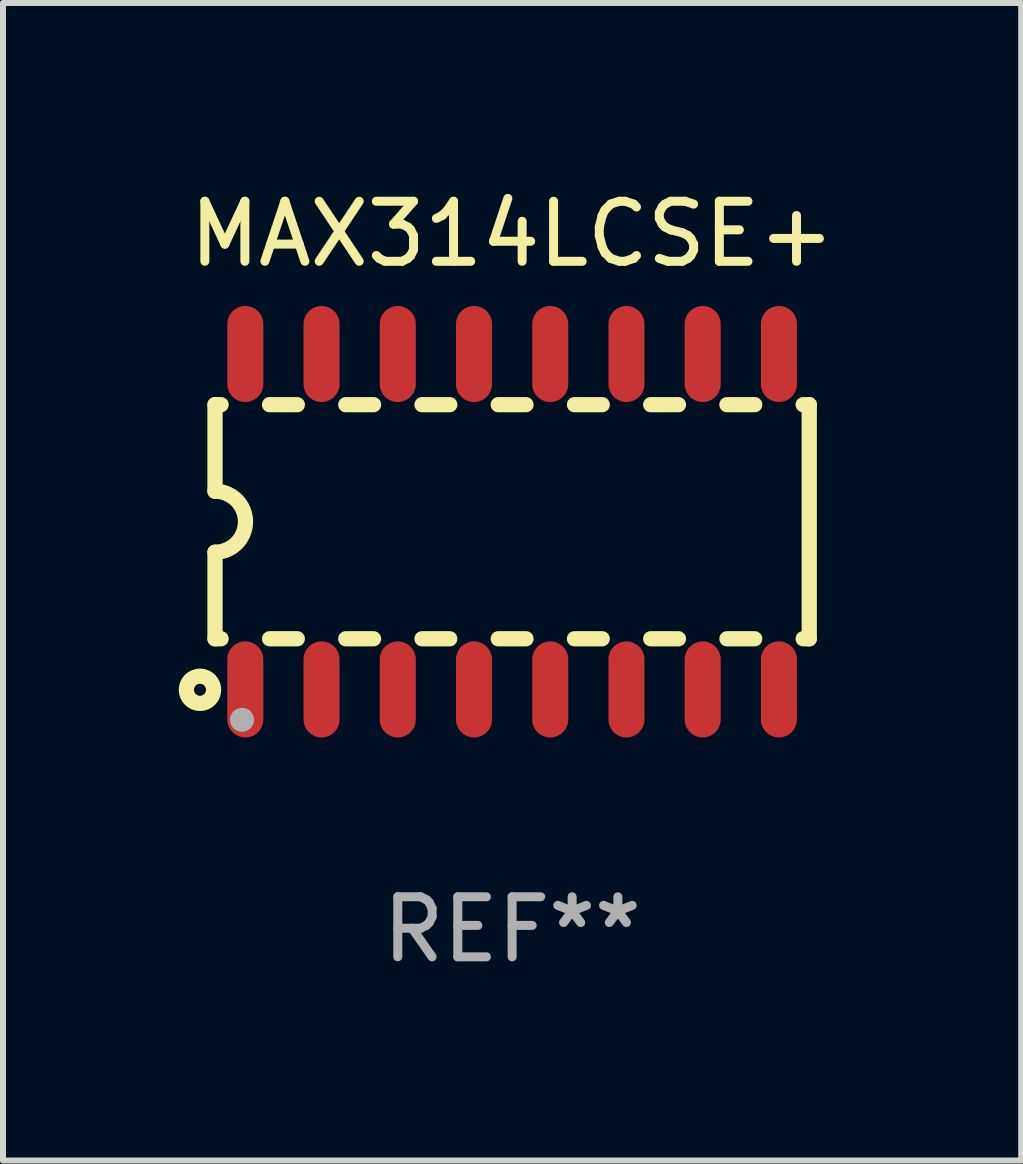
<source format=kicad_pcb>
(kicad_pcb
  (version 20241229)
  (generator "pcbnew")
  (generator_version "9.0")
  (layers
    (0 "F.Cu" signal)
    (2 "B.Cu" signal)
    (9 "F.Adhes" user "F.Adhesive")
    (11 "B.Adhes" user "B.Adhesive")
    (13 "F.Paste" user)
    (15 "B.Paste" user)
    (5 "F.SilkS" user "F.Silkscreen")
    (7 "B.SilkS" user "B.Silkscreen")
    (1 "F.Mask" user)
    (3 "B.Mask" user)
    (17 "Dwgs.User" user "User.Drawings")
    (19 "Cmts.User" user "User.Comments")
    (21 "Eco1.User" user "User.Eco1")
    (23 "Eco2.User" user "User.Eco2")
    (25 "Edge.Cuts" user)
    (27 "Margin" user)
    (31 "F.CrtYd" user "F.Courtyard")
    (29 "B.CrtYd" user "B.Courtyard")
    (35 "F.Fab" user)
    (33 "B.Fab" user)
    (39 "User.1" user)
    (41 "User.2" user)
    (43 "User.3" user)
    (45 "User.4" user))
  (footprint "MAX314LCSE+"
    (layer "F.Cu")
    (at 5.482 5.642)
    (property "Reference" "MAX314LCSE+" (at 0 -4.794 0) (layer "F.SilkS") (effects (font (size 1 1) (thickness 0.15))))
    (attr through_hole)
    (fp_line (start -4.95 -1.95) (end -4.95 -0.508) (stroke (width 0.254) (type solid)) (layer "F.SilkS"))
    (fp_line (start -4.95 -1.95) (end -4.849 -1.95) (stroke (width 0.254) (type solid)) (layer "F.SilkS"))
    (fp_line (start -4.95 1.95) (end -4.95 0.508) (stroke (width 0.254) (type solid)) (layer "F.SilkS"))
    (fp_line (start -4.95 1.95) (end -4.849 1.95) (stroke (width 0.254) (type solid)) (layer "F.SilkS"))
    (fp_line (start -4.041 -1.95) (end -3.579 -1.95) (stroke (width 0.254) (type solid)) (layer "F.SilkS"))
    (fp_line (start -4.041 1.95) (end -3.579 1.95) (stroke (width 0.254) (type solid)) (layer "F.SilkS"))
    (fp_line (start -2.771 -1.95) (end -2.309 -1.95) (stroke (width 0.254) (type solid)) (layer "F.SilkS"))
    (fp_line (start -2.771 1.95) (end -2.309 1.95) (stroke (width 0.254) (type solid)) (layer "F.SilkS"))
    (fp_line (start -1.501 -1.95) (end -1.039 -1.95) (stroke (width 0.254) (type solid)) (layer "F.SilkS"))
    (fp_line (start -1.501 1.95) (end -1.039 1.95) (stroke (width 0.254) (type solid)) (layer "F.SilkS"))
    (fp_line (start -0.231 -1.95) (end 0.231 -1.95) (stroke (width 0.254) (type solid)) (layer "F.SilkS"))
    (fp_line (start -0.231 1.95) (end 0.231 1.95) (stroke (width 0.254) (type solid)) (layer "F.SilkS"))
    (fp_line (start 1.039 -1.95) (end 1.501 -1.95) (stroke (width 0.254) (type solid)) (layer "F.SilkS"))
    (fp_line (start 1.039 1.95) (end 1.501 1.95) (stroke (width 0.254) (type solid)) (layer "F.SilkS"))
    (fp_line (start 2.309 -1.95) (end 2.771 -1.95) (stroke (width 0.254) (type solid)) (layer "F.SilkS"))
    (fp_line (start 2.309 1.95) (end 2.771 1.95) (stroke (width 0.254) (type solid)) (layer "F.SilkS"))
    (fp_line (start 3.579 -1.95) (end 4.041 -1.95) (stroke (width 0.254) (type solid)) (layer "F.SilkS"))
    (fp_line (start 3.579 1.95) (end 4.041 1.95) (stroke (width 0.254) (type solid)) (layer "F.SilkS"))
    (fp_line (start 4.849 -1.95) (end 4.95 -1.95) (stroke (width 0.254) (type solid)) (layer "F.SilkS"))
    (fp_line (start 4.849 1.95) (end 4.95 1.95) (stroke (width 0.254) (type solid)) (layer "F.SilkS"))
    (fp_line (start 4.95 -1.95) (end 4.95 1.95) (stroke (width 0.254) (type solid)) (layer "F.SilkS"))
    (fp_arc (start -4.95047 -0.508001) (mid -4.442469 -0.000228) (end -4.950013 0.508001) (stroke (width 0.254001) (type solid)) (layer "F.SilkS"))
    (fp_circle (center -5.2 2.8) (end -5.1 2.8) (stroke (width 0.254) (type solid)) (fill no) (layer "F.SilkS"))
    (fp_circle (center -4.95 2.947) (end -4.92 2.947) (stroke (width 0.06) (type solid)) (fill no) (layer "F.SilkS"))
    (fp_circle (center -4.5 3.3) (end -4.4 3.3) (stroke (width 0.2) (type solid)) (fill no) (layer "F.Fab"))
    (fp_text user "REF**" (at 0 6.794 0) (layer "F.Fab") (effects (font (size 1 1) (thickness 0.15))))
    (pad "1" smd oval (at -4.445 2.794) (size 0.6 1.6) (layers "F.Cu" "F.Mask" "F.Paste"))
    (pad "2" smd oval (at -3.175 2.794) (size 0.6 1.6) (layers "F.Cu" "F.Mask" "F.Paste"))
    (pad "3" smd oval (at -1.905 2.794) (size 0.6 1.6) (layers "F.Cu" "F.Mask" "F.Paste"))
    (pad "4" smd oval (at -0.635 2.794) (size 0.6 1.6) (layers "F.Cu" "F.Mask" "F.Paste"))
    (pad "5" smd oval (at 0.635 2.794) (size 0.6 1.6) (layers "F.Cu" "F.Mask" "F.Paste"))
    (pad "6" smd oval (at 1.905 2.794) (size 0.6 1.6) (layers "F.Cu" "F.Mask" "F.Paste"))
    (pad "7" smd oval (at 3.175 2.794) (size 0.6 1.6) (layers "F.Cu" "F.Mask" "F.Paste"))
    (pad "8" smd oval (at 4.445 2.794) (size 0.6 1.6) (layers "F.Cu" "F.Mask" "F.Paste"))
    (pad "9" smd oval (at 4.445 -2.794) (size 0.6 1.6) (layers "F.Cu" "F.Mask" "F.Paste"))
    (pad "10" smd oval (at 3.175 -2.794) (size 0.6 1.6) (layers "F.Cu" "F.Mask" "F.Paste"))
    (pad "11" smd oval (at 1.905 -2.794) (size 0.6 1.6) (layers "F.Cu" "F.Mask" "F.Paste"))
    (pad "12" smd oval (at 0.635 -2.794) (size 0.6 1.6) (layers "F.Cu" "F.Mask" "F.Paste"))
    (pad "13" smd oval (at -0.635 -2.794) (size 0.6 1.6) (layers "F.Cu" "F.Mask" "F.Paste"))
    (pad "14" smd oval (at -1.905 -2.794) (size 0.6 1.6) (layers "F.Cu" "F.Mask" "F.Paste"))
    (pad "15" smd oval (at -3.175 -2.794) (size 0.6 1.6) (layers "F.Cu" "F.Mask" "F.Paste"))
    (pad "16" smd oval (at -4.445 -2.794) (size 0.6 1.6) (layers "F.Cu" "F.Mask" "F.Paste")))
  (gr_rect
    (start -3 -3)
    (end 13.964 16.285)
    (stroke (width 0.1) (type default))
    (fill no)
    (layer "Edge.Cuts")))
</source>
